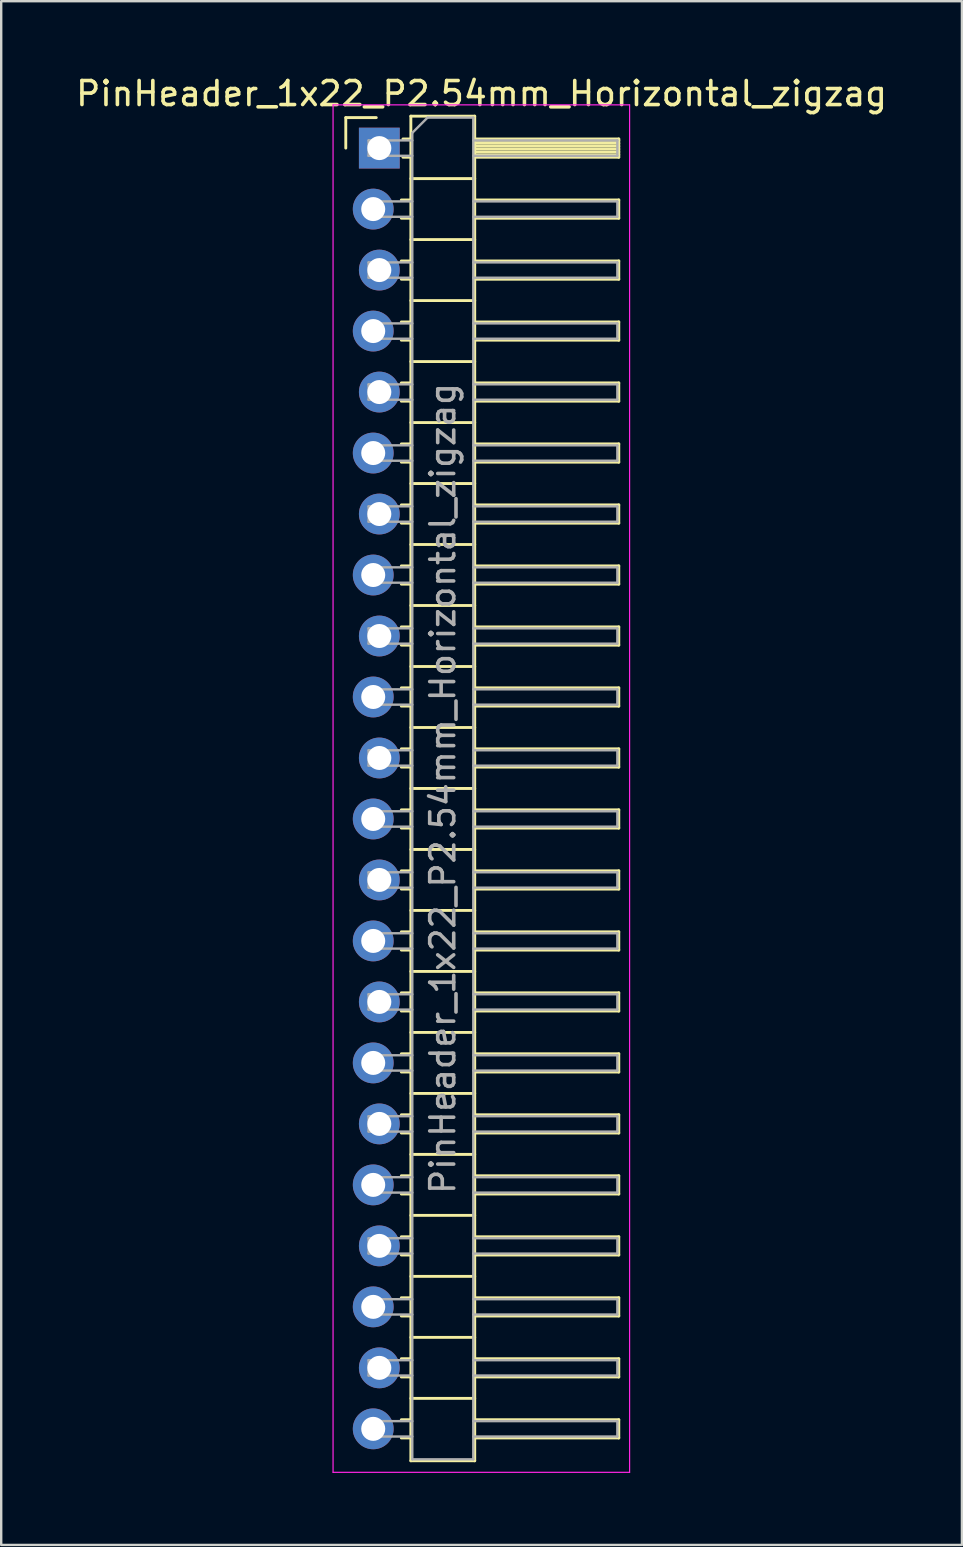
<source format=kicad_pcb>
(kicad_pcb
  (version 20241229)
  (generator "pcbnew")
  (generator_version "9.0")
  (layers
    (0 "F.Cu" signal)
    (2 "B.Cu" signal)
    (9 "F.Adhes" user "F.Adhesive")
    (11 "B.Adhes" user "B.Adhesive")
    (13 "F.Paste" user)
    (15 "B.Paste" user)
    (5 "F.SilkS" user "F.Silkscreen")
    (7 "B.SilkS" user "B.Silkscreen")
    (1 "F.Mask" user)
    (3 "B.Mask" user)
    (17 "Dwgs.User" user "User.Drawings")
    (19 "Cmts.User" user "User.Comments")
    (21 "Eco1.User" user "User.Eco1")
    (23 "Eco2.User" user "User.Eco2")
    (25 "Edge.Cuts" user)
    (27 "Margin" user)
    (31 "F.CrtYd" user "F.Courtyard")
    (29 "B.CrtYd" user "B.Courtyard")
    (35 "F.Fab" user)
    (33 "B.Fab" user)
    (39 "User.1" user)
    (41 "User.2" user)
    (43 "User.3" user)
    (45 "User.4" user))
  (footprint "PinHeader_1x22_P2.54mm_Horizontal_zigzag"
    (layer "F.Cu")
    (at 12.621 3.118)
    (property "Reference" "PinHeader_1x22_P2.54mm_Horizontal_zigzag" (at 4.385 -2.27 0) (layer "F.SilkS") (effects (font (size 1 1) (thickness 0.15))))
    (attr through_hole)
    (fp_line (start -1.27 -1.27) (end 0 -1.27) (stroke (width 0.12) (type solid)) (layer "F.SilkS"))
    (fp_line (start -1.27 0) (end -1.27 -1.27) (stroke (width 0.12) (type solid)) (layer "F.SilkS"))
    (fp_line (start 1.043 2.16) (end 1.44 2.16) (stroke (width 0.12) (type solid)) (layer "F.SilkS"))
    (fp_line (start 1.043 2.92) (end 1.44 2.92) (stroke (width 0.12) (type solid)) (layer "F.SilkS"))
    (fp_line (start 1.043 4.7) (end 1.44 4.7) (stroke (width 0.12) (type solid)) (layer "F.SilkS"))
    (fp_line (start 1.043 5.46) (end 1.44 5.46) (stroke (width 0.12) (type solid)) (layer "F.SilkS"))
    (fp_line (start 1.043 7.24) (end 1.44 7.24) (stroke (width 0.12) (type solid)) (layer "F.SilkS"))
    (fp_line (start 1.043 8) (end 1.44 8) (stroke (width 0.12) (type solid)) (layer "F.SilkS"))
    (fp_line (start 1.043 9.78) (end 1.44 9.78) (stroke (width 0.12) (type solid)) (layer "F.SilkS"))
    (fp_line (start 1.043 10.54) (end 1.44 10.54) (stroke (width 0.12) (type solid)) (layer "F.SilkS"))
    (fp_line (start 1.043 12.32) (end 1.44 12.32) (stroke (width 0.12) (type solid)) (layer "F.SilkS"))
    (fp_line (start 1.043 13.08) (end 1.44 13.08) (stroke (width 0.12) (type solid)) (layer "F.SilkS"))
    (fp_line (start 1.043 14.86) (end 1.44 14.86) (stroke (width 0.12) (type solid)) (layer "F.SilkS"))
    (fp_line (start 1.043 15.62) (end 1.44 15.62) (stroke (width 0.12) (type solid)) (layer "F.SilkS"))
    (fp_line (start 1.043 17.4) (end 1.44 17.4) (stroke (width 0.12) (type solid)) (layer "F.SilkS"))
    (fp_line (start 1.043 18.16) (end 1.44 18.16) (stroke (width 0.12) (type solid)) (layer "F.SilkS"))
    (fp_line (start 1.043 19.94) (end 1.44 19.94) (stroke (width 0.12) (type solid)) (layer "F.SilkS"))
    (fp_line (start 1.043 20.7) (end 1.44 20.7) (stroke (width 0.12) (type solid)) (layer "F.SilkS"))
    (fp_line (start 1.043 22.48) (end 1.44 22.48) (stroke (width 0.12) (type solid)) (layer "F.SilkS"))
    (fp_line (start 1.043 23.24) (end 1.44 23.24) (stroke (width 0.12) (type solid)) (layer "F.SilkS"))
    (fp_line (start 1.043 25.02) (end 1.44 25.02) (stroke (width 0.12) (type solid)) (layer "F.SilkS"))
    (fp_line (start 1.043 25.78) (end 1.44 25.78) (stroke (width 0.12) (type solid)) (layer "F.SilkS"))
    (fp_line (start 1.043 27.56) (end 1.44 27.56) (stroke (width 0.12) (type solid)) (layer "F.SilkS"))
    (fp_line (start 1.043 28.32) (end 1.44 28.32) (stroke (width 0.12) (type solid)) (layer "F.SilkS"))
    (fp_line (start 1.043 30.1) (end 1.44 30.1) (stroke (width 0.12) (type solid)) (layer "F.SilkS"))
    (fp_line (start 1.043 30.86) (end 1.44 30.86) (stroke (width 0.12) (type solid)) (layer "F.SilkS"))
    (fp_line (start 1.043 32.64) (end 1.44 32.64) (stroke (width 0.12) (type solid)) (layer "F.SilkS"))
    (fp_line (start 1.043 33.4) (end 1.44 33.4) (stroke (width 0.12) (type solid)) (layer "F.SilkS"))
    (fp_line (start 1.043 35.18) (end 1.44 35.18) (stroke (width 0.12) (type solid)) (layer "F.SilkS"))
    (fp_line (start 1.043 35.94) (end 1.44 35.94) (stroke (width 0.12) (type solid)) (layer "F.SilkS"))
    (fp_line (start 1.043 37.72) (end 1.44 37.72) (stroke (width 0.12) (type solid)) (layer "F.SilkS"))
    (fp_line (start 1.043 38.48) (end 1.44 38.48) (stroke (width 0.12) (type solid)) (layer "F.SilkS"))
    (fp_line (start 1.043 40.26) (end 1.44 40.26) (stroke (width 0.12) (type solid)) (layer "F.SilkS"))
    (fp_line (start 1.043 41.02) (end 1.44 41.02) (stroke (width 0.12) (type solid)) (layer "F.SilkS"))
    (fp_line (start 1.043 42.8) (end 1.44 42.8) (stroke (width 0.12) (type solid)) (layer "F.SilkS"))
    (fp_line (start 1.043 43.56) (end 1.44 43.56) (stroke (width 0.12) (type solid)) (layer "F.SilkS"))
    (fp_line (start 1.043 45.34) (end 1.44 45.34) (stroke (width 0.12) (type solid)) (layer "F.SilkS"))
    (fp_line (start 1.043 46.1) (end 1.44 46.1) (stroke (width 0.12) (type solid)) (layer "F.SilkS"))
    (fp_line (start 1.043 47.88) (end 1.44 47.88) (stroke (width 0.12) (type solid)) (layer "F.SilkS"))
    (fp_line (start 1.043 48.64) (end 1.44 48.64) (stroke (width 0.12) (type solid)) (layer "F.SilkS"))
    (fp_line (start 1.043 50.42) (end 1.44 50.42) (stroke (width 0.12) (type solid)) (layer "F.SilkS"))
    (fp_line (start 1.043 51.18) (end 1.44 51.18) (stroke (width 0.12) (type solid)) (layer "F.SilkS"))
    (fp_line (start 1.043 52.96) (end 1.44 52.96) (stroke (width 0.12) (type solid)) (layer "F.SilkS"))
    (fp_line (start 1.043 53.72) (end 1.44 53.72) (stroke (width 0.12) (type solid)) (layer "F.SilkS"))
    (fp_line (start 1.11 -0.38) (end 1.44 -0.38) (stroke (width 0.12) (type solid)) (layer "F.SilkS"))
    (fp_line (start 1.11 0.38) (end 1.44 0.38) (stroke (width 0.12) (type solid)) (layer "F.SilkS"))
    (fp_line (start 1.44 -1.33) (end 1.44 54.67) (stroke (width 0.12) (type solid)) (layer "F.SilkS"))
    (fp_line (start 1.44 1.27) (end 4.1 1.27) (stroke (width 0.12) (type solid)) (layer "F.SilkS"))
    (fp_line (start 1.44 3.81) (end 4.1 3.81) (stroke (width 0.12) (type solid)) (layer "F.SilkS"))
    (fp_line (start 1.44 6.35) (end 4.1 6.35) (stroke (width 0.12) (type solid)) (layer "F.SilkS"))
    (fp_line (start 1.44 8.89) (end 4.1 8.89) (stroke (width 0.12) (type solid)) (layer "F.SilkS"))
    (fp_line (start 1.44 11.43) (end 4.1 11.43) (stroke (width 0.12) (type solid)) (layer "F.SilkS"))
    (fp_line (start 1.44 13.97) (end 4.1 13.97) (stroke (width 0.12) (type solid)) (layer "F.SilkS"))
    (fp_line (start 1.44 16.51) (end 4.1 16.51) (stroke (width 0.12) (type solid)) (layer "F.SilkS"))
    (fp_line (start 1.44 19.05) (end 4.1 19.05) (stroke (width 0.12) (type solid)) (layer "F.SilkS"))
    (fp_line (start 1.44 21.59) (end 4.1 21.59) (stroke (width 0.12) (type solid)) (layer "F.SilkS"))
    (fp_line (start 1.44 24.13) (end 4.1 24.13) (stroke (width 0.12) (type solid)) (layer "F.SilkS"))
    (fp_line (start 1.44 26.67) (end 4.1 26.67) (stroke (width 0.12) (type solid)) (layer "F.SilkS"))
    (fp_line (start 1.44 29.21) (end 4.1 29.21) (stroke (width 0.12) (type solid)) (layer "F.SilkS"))
    (fp_line (start 1.44 31.75) (end 4.1 31.75) (stroke (width 0.12) (type solid)) (layer "F.SilkS"))
    (fp_line (start 1.44 34.29) (end 4.1 34.29) (stroke (width 0.12) (type solid)) (layer "F.SilkS"))
    (fp_line (start 1.44 36.83) (end 4.1 36.83) (stroke (width 0.12) (type solid)) (layer "F.SilkS"))
    (fp_line (start 1.44 39.37) (end 4.1 39.37) (stroke (width 0.12) (type solid)) (layer "F.SilkS"))
    (fp_line (start 1.44 41.91) (end 4.1 41.91) (stroke (width 0.12) (type solid)) (layer "F.SilkS"))
    (fp_line (start 1.44 44.45) (end 4.1 44.45) (stroke (width 0.12) (type solid)) (layer "F.SilkS"))
    (fp_line (start 1.44 46.99) (end 4.1 46.99) (stroke (width 0.12) (type solid)) (layer "F.SilkS"))
    (fp_line (start 1.44 49.53) (end 4.1 49.53) (stroke (width 0.12) (type solid)) (layer "F.SilkS"))
    (fp_line (start 1.44 52.07) (end 4.1 52.07) (stroke (width 0.12) (type solid)) (layer "F.SilkS"))
    (fp_line (start 1.44 54.67) (end 4.1 54.67) (stroke (width 0.12) (type solid)) (layer "F.SilkS"))
    (fp_line (start 4.1 -1.33) (end 1.44 -1.33) (stroke (width 0.12) (type solid)) (layer "F.SilkS"))
    (fp_line (start 4.1 -0.38) (end 10.1 -0.38) (stroke (width 0.12) (type solid)) (layer "F.SilkS"))
    (fp_line (start 4.1 -0.32) (end 10.1 -0.32) (stroke (width 0.12) (type solid)) (layer "F.SilkS"))
    (fp_line (start 4.1 -0.2) (end 10.1 -0.2) (stroke (width 0.12) (type solid)) (layer "F.SilkS"))
    (fp_line (start 4.1 -0.08) (end 10.1 -0.08) (stroke (width 0.12) (type solid)) (layer "F.SilkS"))
    (fp_line (start 4.1 0.04) (end 10.1 0.04) (stroke (width 0.12) (type solid)) (layer "F.SilkS"))
    (fp_line (start 4.1 0.16) (end 10.1 0.16) (stroke (width 0.12) (type solid)) (layer "F.SilkS"))
    (fp_line (start 4.1 0.28) (end 10.1 0.28) (stroke (width 0.12) (type solid)) (layer "F.SilkS"))
    (fp_line (start 4.1 2.16) (end 10.1 2.16) (stroke (width 0.12) (type solid)) (layer "F.SilkS"))
    (fp_line (start 4.1 4.7) (end 10.1 4.7) (stroke (width 0.12) (type solid)) (layer "F.SilkS"))
    (fp_line (start 4.1 7.24) (end 10.1 7.24) (stroke (width 0.12) (type solid)) (layer "F.SilkS"))
    (fp_line (start 4.1 9.78) (end 10.1 9.78) (stroke (width 0.12) (type solid)) (layer "F.SilkS"))
    (fp_line (start 4.1 12.32) (end 10.1 12.32) (stroke (width 0.12) (type solid)) (layer "F.SilkS"))
    (fp_line (start 4.1 14.86) (end 10.1 14.86) (stroke (width 0.12) (type solid)) (layer "F.SilkS"))
    (fp_line (start 4.1 17.4) (end 10.1 17.4) (stroke (width 0.12) (type solid)) (layer "F.SilkS"))
    (fp_line (start 4.1 19.94) (end 10.1 19.94) (stroke (width 0.12) (type solid)) (layer "F.SilkS"))
    (fp_line (start 4.1 22.48) (end 10.1 22.48) (stroke (width 0.12) (type solid)) (layer "F.SilkS"))
    (fp_line (start 4.1 25.02) (end 10.1 25.02) (stroke (width 0.12) (type solid)) (layer "F.SilkS"))
    (fp_line (start 4.1 27.56) (end 10.1 27.56) (stroke (width 0.12) (type solid)) (layer "F.SilkS"))
    (fp_line (start 4.1 30.1) (end 10.1 30.1) (stroke (width 0.12) (type solid)) (layer "F.SilkS"))
    (fp_line (start 4.1 32.64) (end 10.1 32.64) (stroke (width 0.12) (type solid)) (layer "F.SilkS"))
    (fp_line (start 4.1 35.18) (end 10.1 35.18) (stroke (width 0.12) (type solid)) (layer "F.SilkS"))
    (fp_line (start 4.1 37.72) (end 10.1 37.72) (stroke (width 0.12) (type solid)) (layer "F.SilkS"))
    (fp_line (start 4.1 40.26) (end 10.1 40.26) (stroke (width 0.12) (type solid)) (layer "F.SilkS"))
    (fp_line (start 4.1 42.8) (end 10.1 42.8) (stroke (width 0.12) (type solid)) (layer "F.SilkS"))
    (fp_line (start 4.1 45.34) (end 10.1 45.34) (stroke (width 0.12) (type solid)) (layer "F.SilkS"))
    (fp_line (start 4.1 47.88) (end 10.1 47.88) (stroke (width 0.12) (type solid)) (layer "F.SilkS"))
    (fp_line (start 4.1 50.42) (end 10.1 50.42) (stroke (width 0.12) (type solid)) (layer "F.SilkS"))
    (fp_line (start 4.1 52.96) (end 10.1 52.96) (stroke (width 0.12) (type solid)) (layer "F.SilkS"))
    (fp_line (start 4.1 54.67) (end 4.1 -1.33) (stroke (width 0.12) (type solid)) (layer "F.SilkS"))
    (fp_line (start 10.1 -0.38) (end 10.1 0.38) (stroke (width 0.12) (type solid)) (layer "F.SilkS"))
    (fp_line (start 10.1 0.38) (end 4.1 0.38) (stroke (width 0.12) (type solid)) (layer "F.SilkS"))
    (fp_line (start 10.1 2.16) (end 10.1 2.92) (stroke (width 0.12) (type solid)) (layer "F.SilkS"))
    (fp_line (start 10.1 2.92) (end 4.1 2.92) (stroke (width 0.12) (type solid)) (layer "F.SilkS"))
    (fp_line (start 10.1 4.7) (end 10.1 5.46) (stroke (width 0.12) (type solid)) (layer "F.SilkS"))
    (fp_line (start 10.1 5.46) (end 4.1 5.46) (stroke (width 0.12) (type solid)) (layer "F.SilkS"))
    (fp_line (start 10.1 7.24) (end 10.1 8) (stroke (width 0.12) (type solid)) (layer "F.SilkS"))
    (fp_line (start 10.1 8) (end 4.1 8) (stroke (width 0.12) (type solid)) (layer "F.SilkS"))
    (fp_line (start 10.1 9.78) (end 10.1 10.54) (stroke (width 0.12) (type solid)) (layer "F.SilkS"))
    (fp_line (start 10.1 10.54) (end 4.1 10.54) (stroke (width 0.12) (type solid)) (layer "F.SilkS"))
    (fp_line (start 10.1 12.32) (end 10.1 13.08) (stroke (width 0.12) (type solid)) (layer "F.SilkS"))
    (fp_line (start 10.1 13.08) (end 4.1 13.08) (stroke (width 0.12) (type solid)) (layer "F.SilkS"))
    (fp_line (start 10.1 14.86) (end 10.1 15.62) (stroke (width 0.12) (type solid)) (layer "F.SilkS"))
    (fp_line (start 10.1 15.62) (end 4.1 15.62) (stroke (width 0.12) (type solid)) (layer "F.SilkS"))
    (fp_line (start 10.1 17.4) (end 10.1 18.16) (stroke (width 0.12) (type solid)) (layer "F.SilkS"))
    (fp_line (start 10.1 18.16) (end 4.1 18.16) (stroke (width 0.12) (type solid)) (layer "F.SilkS"))
    (fp_line (start 10.1 19.94) (end 10.1 20.7) (stroke (width 0.12) (type solid)) (layer "F.SilkS"))
    (fp_line (start 10.1 20.7) (end 4.1 20.7) (stroke (width 0.12) (type solid)) (layer "F.SilkS"))
    (fp_line (start 10.1 22.48) (end 10.1 23.24) (stroke (width 0.12) (type solid)) (layer "F.SilkS"))
    (fp_line (start 10.1 23.24) (end 4.1 23.24) (stroke (width 0.12) (type solid)) (layer "F.SilkS"))
    (fp_line (start 10.1 25.02) (end 10.1 25.78) (stroke (width 0.12) (type solid)) (layer "F.SilkS"))
    (fp_line (start 10.1 25.78) (end 4.1 25.78) (stroke (width 0.12) (type solid)) (layer "F.SilkS"))
    (fp_line (start 10.1 27.56) (end 10.1 28.32) (stroke (width 0.12) (type solid)) (layer "F.SilkS"))
    (fp_line (start 10.1 28.32) (end 4.1 28.32) (stroke (width 0.12) (type solid)) (layer "F.SilkS"))
    (fp_line (start 10.1 30.1) (end 10.1 30.86) (stroke (width 0.12) (type solid)) (layer "F.SilkS"))
    (fp_line (start 10.1 30.86) (end 4.1 30.86) (stroke (width 0.12) (type solid)) (layer "F.SilkS"))
    (fp_line (start 10.1 32.64) (end 10.1 33.4) (stroke (width 0.12) (type solid)) (layer "F.SilkS"))
    (fp_line (start 10.1 33.4) (end 4.1 33.4) (stroke (width 0.12) (type solid)) (layer "F.SilkS"))
    (fp_line (start 10.1 35.18) (end 10.1 35.94) (stroke (width 0.12) (type solid)) (layer "F.SilkS"))
    (fp_line (start 10.1 35.94) (end 4.1 35.94) (stroke (width 0.12) (type solid)) (layer "F.SilkS"))
    (fp_line (start 10.1 37.72) (end 10.1 38.48) (stroke (width 0.12) (type solid)) (layer "F.SilkS"))
    (fp_line (start 10.1 38.48) (end 4.1 38.48) (stroke (width 0.12) (type solid)) (layer "F.SilkS"))
    (fp_line (start 10.1 40.26) (end 10.1 41.02) (stroke (width 0.12) (type solid)) (layer "F.SilkS"))
    (fp_line (start 10.1 41.02) (end 4.1 41.02) (stroke (width 0.12) (type solid)) (layer "F.SilkS"))
    (fp_line (start 10.1 42.8) (end 10.1 43.56) (stroke (width 0.12) (type solid)) (layer "F.SilkS"))
    (fp_line (start 10.1 43.56) (end 4.1 43.56) (stroke (width 0.12) (type solid)) (layer "F.SilkS"))
    (fp_line (start 10.1 45.34) (end 10.1 46.1) (stroke (width 0.12) (type solid)) (layer "F.SilkS"))
    (fp_line (start 10.1 46.1) (end 4.1 46.1) (stroke (width 0.12) (type solid)) (layer "F.SilkS"))
    (fp_line (start 10.1 47.88) (end 10.1 48.64) (stroke (width 0.12) (type solid)) (layer "F.SilkS"))
    (fp_line (start 10.1 48.64) (end 4.1 48.64) (stroke (width 0.12) (type solid)) (layer "F.SilkS"))
    (fp_line (start 10.1 50.42) (end 10.1 51.18) (stroke (width 0.12) (type solid)) (layer "F.SilkS"))
    (fp_line (start 10.1 51.18) (end 4.1 51.18) (stroke (width 0.12) (type solid)) (layer "F.SilkS"))
    (fp_line (start 10.1 52.96) (end 10.1 53.72) (stroke (width 0.12) (type solid)) (layer "F.SilkS"))
    (fp_line (start 10.1 53.72) (end 4.1 53.72) (stroke (width 0.12) (type solid)) (layer "F.SilkS"))
    (fp_line (start -1.8 -1.8) (end -1.8 55.15) (stroke (width 0.05) (type solid)) (layer "F.CrtYd"))
    (fp_line (start -1.8 55.15) (end 10.55 55.15) (stroke (width 0.05) (type solid)) (layer "F.CrtYd"))
    (fp_line (start 10.55 -1.8) (end -1.8 -1.8) (stroke (width 0.05) (type solid)) (layer "F.CrtYd"))
    (fp_line (start 10.55 55.15) (end 10.55 -1.8) (stroke (width 0.05) (type solid)) (layer "F.CrtYd"))
    (fp_line (start -0.32 -0.32) (end -0.32 0.32) (stroke (width 0.1) (type solid)) (layer "F.Fab"))
    (fp_line (start -0.32 -0.32) (end 1.5 -0.32) (stroke (width 0.1) (type solid)) (layer "F.Fab"))
    (fp_line (start -0.32 0.32) (end 1.5 0.32) (stroke (width 0.1) (type solid)) (layer "F.Fab"))
    (fp_line (start -0.32 2.22) (end -0.32 2.86) (stroke (width 0.1) (type solid)) (layer "F.Fab"))
    (fp_line (start -0.32 2.22) (end 1.5 2.22) (stroke (width 0.1) (type solid)) (layer "F.Fab"))
    (fp_line (start -0.32 2.86) (end 1.5 2.86) (stroke (width 0.1) (type solid)) (layer "F.Fab"))
    (fp_line (start -0.32 4.76) (end -0.32 5.4) (stroke (width 0.1) (type solid)) (layer "F.Fab"))
    (fp_line (start -0.32 4.76) (end 1.5 4.76) (stroke (width 0.1) (type solid)) (layer "F.Fab"))
    (fp_line (start -0.32 5.4) (end 1.5 5.4) (stroke (width 0.1) (type solid)) (layer "F.Fab"))
    (fp_line (start -0.32 7.3) (end -0.32 7.94) (stroke (width 0.1) (type solid)) (layer "F.Fab"))
    (fp_line (start -0.32 7.3) (end 1.5 7.3) (stroke (width 0.1) (type solid)) (layer "F.Fab"))
    (fp_line (start -0.32 7.94) (end 1.5 7.94) (stroke (width 0.1) (type solid)) (layer "F.Fab"))
    (fp_line (start -0.32 9.84) (end -0.32 10.48) (stroke (width 0.1) (type solid)) (layer "F.Fab"))
    (fp_line (start -0.32 9.84) (end 1.5 9.84) (stroke (width 0.1) (type solid)) (layer "F.Fab"))
    (fp_line (start -0.32 10.48) (end 1.5 10.48) (stroke (width 0.1) (type solid)) (layer "F.Fab"))
    (fp_line (start -0.32 12.38) (end -0.32 13.02) (stroke (width 0.1) (type solid)) (layer "F.Fab"))
    (fp_line (start -0.32 12.38) (end 1.5 12.38) (stroke (width 0.1) (type solid)) (layer "F.Fab"))
    (fp_line (start -0.32 13.02) (end 1.5 13.02) (stroke (width 0.1) (type solid)) (layer "F.Fab"))
    (fp_line (start -0.32 14.92) (end -0.32 15.56) (stroke (width 0.1) (type solid)) (layer "F.Fab"))
    (fp_line (start -0.32 14.92) (end 1.5 14.92) (stroke (width 0.1) (type solid)) (layer "F.Fab"))
    (fp_line (start -0.32 15.56) (end 1.5 15.56) (stroke (width 0.1) (type solid)) (layer "F.Fab"))
    (fp_line (start -0.32 17.46) (end -0.32 18.1) (stroke (width 0.1) (type solid)) (layer "F.Fab"))
    (fp_line (start -0.32 17.46) (end 1.5 17.46) (stroke (width 0.1) (type solid)) (layer "F.Fab"))
    (fp_line (start -0.32 18.1) (end 1.5 18.1) (stroke (width 0.1) (type solid)) (layer "F.Fab"))
    (fp_line (start -0.32 20) (end -0.32 20.64) (stroke (width 0.1) (type solid)) (layer "F.Fab"))
    (fp_line (start -0.32 20) (end 1.5 20) (stroke (width 0.1) (type solid)) (layer "F.Fab"))
    (fp_line (start -0.32 20.64) (end 1.5 20.64) (stroke (width 0.1) (type solid)) (layer "F.Fab"))
    (fp_line (start -0.32 22.54) (end -0.32 23.18) (stroke (width 0.1) (type solid)) (layer "F.Fab"))
    (fp_line (start -0.32 22.54) (end 1.5 22.54) (stroke (width 0.1) (type solid)) (layer "F.Fab"))
    (fp_line (start -0.32 23.18) (end 1.5 23.18) (stroke (width 0.1) (type solid)) (layer "F.Fab"))
    (fp_line (start -0.32 25.08) (end -0.32 25.72) (stroke (width 0.1) (type solid)) (layer "F.Fab"))
    (fp_line (start -0.32 25.08) (end 1.5 25.08) (stroke (width 0.1) (type solid)) (layer "F.Fab"))
    (fp_line (start -0.32 25.72) (end 1.5 25.72) (stroke (width 0.1) (type solid)) (layer "F.Fab"))
    (fp_line (start -0.32 27.62) (end -0.32 28.26) (stroke (width 0.1) (type solid)) (layer "F.Fab"))
    (fp_line (start -0.32 27.62) (end 1.5 27.62) (stroke (width 0.1) (type solid)) (layer "F.Fab"))
    (fp_line (start -0.32 28.26) (end 1.5 28.26) (stroke (width 0.1) (type solid)) (layer "F.Fab"))
    (fp_line (start -0.32 30.16) (end -0.32 30.8) (stroke (width 0.1) (type solid)) (layer "F.Fab"))
    (fp_line (start -0.32 30.16) (end 1.5 30.16) (stroke (width 0.1) (type solid)) (layer "F.Fab"))
    (fp_line (start -0.32 30.8) (end 1.5 30.8) (stroke (width 0.1) (type solid)) (layer "F.Fab"))
    (fp_line (start -0.32 32.7) (end -0.32 33.34) (stroke (width 0.1) (type solid)) (layer "F.Fab"))
    (fp_line (start -0.32 32.7) (end 1.5 32.7) (stroke (width 0.1) (type solid)) (layer "F.Fab"))
    (fp_line (start -0.32 33.34) (end 1.5 33.34) (stroke (width 0.1) (type solid)) (layer "F.Fab"))
    (fp_line (start -0.32 35.24) (end -0.32 35.88) (stroke (width 0.1) (type solid)) (layer "F.Fab"))
    (fp_line (start -0.32 35.24) (end 1.5 35.24) (stroke (width 0.1) (type solid)) (layer "F.Fab"))
    (fp_line (start -0.32 35.88) (end 1.5 35.88) (stroke (width 0.1) (type solid)) (layer "F.Fab"))
    (fp_line (start -0.32 37.78) (end -0.32 38.42) (stroke (width 0.1) (type solid)) (layer "F.Fab"))
    (fp_line (start -0.32 37.78) (end 1.5 37.78) (stroke (width 0.1) (type solid)) (layer "F.Fab"))
    (fp_line (start -0.32 38.42) (end 1.5 38.42) (stroke (width 0.1) (type solid)) (layer "F.Fab"))
    (fp_line (start -0.32 40.32) (end -0.32 40.96) (stroke (width 0.1) (type solid)) (layer "F.Fab"))
    (fp_line (start -0.32 40.32) (end 1.5 40.32) (stroke (width 0.1) (type solid)) (layer "F.Fab"))
    (fp_line (start -0.32 40.96) (end 1.5 40.96) (stroke (width 0.1) (type solid)) (layer "F.Fab"))
    (fp_line (start -0.32 42.86) (end -0.32 43.5) (stroke (width 0.1) (type solid)) (layer "F.Fab"))
    (fp_line (start -0.32 42.86) (end 1.5 42.86) (stroke (width 0.1) (type solid)) (layer "F.Fab"))
    (fp_line (start -0.32 43.5) (end 1.5 43.5) (stroke (width 0.1) (type solid)) (layer "F.Fab"))
    (fp_line (start -0.32 45.4) (end -0.32 46.04) (stroke (width 0.1) (type solid)) (layer "F.Fab"))
    (fp_line (start -0.32 45.4) (end 1.5 45.4) (stroke (width 0.1) (type solid)) (layer "F.Fab"))
    (fp_line (start -0.32 46.04) (end 1.5 46.04) (stroke (width 0.1) (type solid)) (layer "F.Fab"))
    (fp_line (start -0.32 47.94) (end -0.32 48.58) (stroke (width 0.1) (type solid)) (layer "F.Fab"))
    (fp_line (start -0.32 47.94) (end 1.5 47.94) (stroke (width 0.1) (type solid)) (layer "F.Fab"))
    (fp_line (start -0.32 48.58) (end 1.5 48.58) (stroke (width 0.1) (type solid)) (layer "F.Fab"))
    (fp_line (start -0.32 50.48) (end -0.32 51.12) (stroke (width 0.1) (type solid)) (layer "F.Fab"))
    (fp_line (start -0.32 50.48) (end 1.5 50.48) (stroke (width 0.1) (type solid)) (layer "F.Fab"))
    (fp_line (start -0.32 51.12) (end 1.5 51.12) (stroke (width 0.1) (type solid)) (layer "F.Fab"))
    (fp_line (start -0.32 53.02) (end -0.32 53.66) (stroke (width 0.1) (type solid)) (layer "F.Fab"))
    (fp_line (start -0.32 53.02) (end 1.5 53.02) (stroke (width 0.1) (type solid)) (layer "F.Fab"))
    (fp_line (start -0.32 53.66) (end 1.5 53.66) (stroke (width 0.1) (type solid)) (layer "F.Fab"))
    (fp_line (start 1.5 -0.635) (end 2.135 -1.27) (stroke (width 0.1) (type solid)) (layer "F.Fab"))
    (fp_line (start 1.5 54.61) (end 1.5 -0.635) (stroke (width 0.1) (type solid)) (layer "F.Fab"))
    (fp_line (start 2.135 -1.27) (end 4.04 -1.27) (stroke (width 0.1) (type solid)) (layer "F.Fab"))
    (fp_line (start 4.04 -1.27) (end 4.04 54.61) (stroke (width 0.1) (type solid)) (layer "F.Fab"))
    (fp_line (start 4.04 -0.32) (end 10.04 -0.32) (stroke (width 0.1) (type solid)) (layer "F.Fab"))
    (fp_line (start 4.04 0.32) (end 10.04 0.32) (stroke (width 0.1) (type solid)) (layer "F.Fab"))
    (fp_line (start 4.04 2.22) (end 10.04 2.22) (stroke (width 0.1) (type solid)) (layer "F.Fab"))
    (fp_line (start 4.04 2.86) (end 10.04 2.86) (stroke (width 0.1) (type solid)) (layer "F.Fab"))
    (fp_line (start 4.04 4.76) (end 10.04 4.76) (stroke (width 0.1) (type solid)) (layer "F.Fab"))
    (fp_line (start 4.04 5.4) (end 10.04 5.4) (stroke (width 0.1) (type solid)) (layer "F.Fab"))
    (fp_line (start 4.04 7.3) (end 10.04 7.3) (stroke (width 0.1) (type solid)) (layer "F.Fab"))
    (fp_line (start 4.04 7.94) (end 10.04 7.94) (stroke (width 0.1) (type solid)) (layer "F.Fab"))
    (fp_line (start 4.04 9.84) (end 10.04 9.84) (stroke (width 0.1) (type solid)) (layer "F.Fab"))
    (fp_line (start 4.04 10.48) (end 10.04 10.48) (stroke (width 0.1) (type solid)) (layer "F.Fab"))
    (fp_line (start 4.04 12.38) (end 10.04 12.38) (stroke (width 0.1) (type solid)) (layer "F.Fab"))
    (fp_line (start 4.04 13.02) (end 10.04 13.02) (stroke (width 0.1) (type solid)) (layer "F.Fab"))
    (fp_line (start 4.04 14.92) (end 10.04 14.92) (stroke (width 0.1) (type solid)) (layer "F.Fab"))
    (fp_line (start 4.04 15.56) (end 10.04 15.56) (stroke (width 0.1) (type solid)) (layer "F.Fab"))
    (fp_line (start 4.04 17.46) (end 10.04 17.46) (stroke (width 0.1) (type solid)) (layer "F.Fab"))
    (fp_line (start 4.04 18.1) (end 10.04 18.1) (stroke (width 0.1) (type solid)) (layer "F.Fab"))
    (fp_line (start 4.04 20) (end 10.04 20) (stroke (width 0.1) (type solid)) (layer "F.Fab"))
    (fp_line (start 4.04 20.64) (end 10.04 20.64) (stroke (width 0.1) (type solid)) (layer "F.Fab"))
    (fp_line (start 4.04 22.54) (end 10.04 22.54) (stroke (width 0.1) (type solid)) (layer "F.Fab"))
    (fp_line (start 4.04 23.18) (end 10.04 23.18) (stroke (width 0.1) (type solid)) (layer "F.Fab"))
    (fp_line (start 4.04 25.08) (end 10.04 25.08) (stroke (width 0.1) (type solid)) (layer "F.Fab"))
    (fp_line (start 4.04 25.72) (end 10.04 25.72) (stroke (width 0.1) (type solid)) (layer "F.Fab"))
    (fp_line (start 4.04 27.62) (end 10.04 27.62) (stroke (width 0.1) (type solid)) (layer "F.Fab"))
    (fp_line (start 4.04 28.26) (end 10.04 28.26) (stroke (width 0.1) (type solid)) (layer "F.Fab"))
    (fp_line (start 4.04 30.16) (end 10.04 30.16) (stroke (width 0.1) (type solid)) (layer "F.Fab"))
    (fp_line (start 4.04 30.8) (end 10.04 30.8) (stroke (width 0.1) (type solid)) (layer "F.Fab"))
    (fp_line (start 4.04 32.7) (end 10.04 32.7) (stroke (width 0.1) (type solid)) (layer "F.Fab"))
    (fp_line (start 4.04 33.34) (end 10.04 33.34) (stroke (width 0.1) (type solid)) (layer "F.Fab"))
    (fp_line (start 4.04 35.24) (end 10.04 35.24) (stroke (width 0.1) (type solid)) (layer "F.Fab"))
    (fp_line (start 4.04 35.88) (end 10.04 35.88) (stroke (width 0.1) (type solid)) (layer "F.Fab"))
    (fp_line (start 4.04 37.78) (end 10.04 37.78) (stroke (width 0.1) (type solid)) (layer "F.Fab"))
    (fp_line (start 4.04 38.42) (end 10.04 38.42) (stroke (width 0.1) (type solid)) (layer "F.Fab"))
    (fp_line (start 4.04 40.32) (end 10.04 40.32) (stroke (width 0.1) (type solid)) (layer "F.Fab"))
    (fp_line (start 4.04 40.96) (end 10.04 40.96) (stroke (width 0.1) (type solid)) (layer "F.Fab"))
    (fp_line (start 4.04 42.86) (end 10.04 42.86) (stroke (width 0.1) (type solid)) (layer "F.Fab"))
    (fp_line (start 4.04 43.5) (end 10.04 43.5) (stroke (width 0.1) (type solid)) (layer "F.Fab"))
    (fp_line (start 4.04 45.4) (end 10.04 45.4) (stroke (width 0.1) (type solid)) (layer "F.Fab"))
    (fp_line (start 4.04 46.04) (end 10.04 46.04) (stroke (width 0.1) (type solid)) (layer "F.Fab"))
    (fp_line (start 4.04 47.94) (end 10.04 47.94) (stroke (width 0.1) (type solid)) (layer "F.Fab"))
    (fp_line (start 4.04 48.58) (end 10.04 48.58) (stroke (width 0.1) (type solid)) (layer "F.Fab"))
    (fp_line (start 4.04 50.48) (end 10.04 50.48) (stroke (width 0.1) (type solid)) (layer "F.Fab"))
    (fp_line (start 4.04 51.12) (end 10.04 51.12) (stroke (width 0.1) (type solid)) (layer "F.Fab"))
    (fp_line (start 4.04 53.02) (end 10.04 53.02) (stroke (width 0.1) (type solid)) (layer "F.Fab"))
    (fp_line (start 4.04 53.66) (end 10.04 53.66) (stroke (width 0.1) (type solid)) (layer "F.Fab"))
    (fp_line (start 4.04 54.61) (end 1.5 54.61) (stroke (width 0.1) (type solid)) (layer "F.Fab"))
    (fp_line (start 10.04 -0.32) (end 10.04 0.32) (stroke (width 0.1) (type solid)) (layer "F.Fab"))
    (fp_line (start 10.04 2.22) (end 10.04 2.86) (stroke (width 0.1) (type solid)) (layer "F.Fab"))
    (fp_line (start 10.04 4.76) (end 10.04 5.4) (stroke (width 0.1) (type solid)) (layer "F.Fab"))
    (fp_line (start 10.04 7.3) (end 10.04 7.94) (stroke (width 0.1) (type solid)) (layer "F.Fab"))
    (fp_line (start 10.04 9.84) (end 10.04 10.48) (stroke (width 0.1) (type solid)) (layer "F.Fab"))
    (fp_line (start 10.04 12.38) (end 10.04 13.02) (stroke (width 0.1) (type solid)) (layer "F.Fab"))
    (fp_line (start 10.04 14.92) (end 10.04 15.56) (stroke (width 0.1) (type solid)) (layer "F.Fab"))
    (fp_line (start 10.04 17.46) (end 10.04 18.1) (stroke (width 0.1) (type solid)) (layer "F.Fab"))
    (fp_line (start 10.04 20) (end 10.04 20.64) (stroke (width 0.1) (type solid)) (layer "F.Fab"))
    (fp_line (start 10.04 22.54) (end 10.04 23.18) (stroke (width 0.1) (type solid)) (layer "F.Fab"))
    (fp_line (start 10.04 25.08) (end 10.04 25.72) (stroke (width 0.1) (type solid)) (layer "F.Fab"))
    (fp_line (start 10.04 27.62) (end 10.04 28.26) (stroke (width 0.1) (type solid)) (layer "F.Fab"))
    (fp_line (start 10.04 30.16) (end 10.04 30.8) (stroke (width 0.1) (type solid)) (layer "F.Fab"))
    (fp_line (start 10.04 32.7) (end 10.04 33.34) (stroke (width 0.1) (type solid)) (layer "F.Fab"))
    (fp_line (start 10.04 35.24) (end 10.04 35.88) (stroke (width 0.1) (type solid)) (layer "F.Fab"))
    (fp_line (start 10.04 37.78) (end 10.04 38.42) (stroke (width 0.1) (type solid)) (layer "F.Fab"))
    (fp_line (start 10.04 40.32) (end 10.04 40.96) (stroke (width 0.1) (type solid)) (layer "F.Fab"))
    (fp_line (start 10.04 42.86) (end 10.04 43.5) (stroke (width 0.1) (type solid)) (layer "F.Fab"))
    (fp_line (start 10.04 45.4) (end 10.04 46.04) (stroke (width 0.1) (type solid)) (layer "F.Fab"))
    (fp_line (start 10.04 47.94) (end 10.04 48.58) (stroke (width 0.1) (type solid)) (layer "F.Fab"))
    (fp_line (start 10.04 50.48) (end 10.04 51.12) (stroke (width 0.1) (type solid)) (layer "F.Fab"))
    (fp_line (start 10.04 53.02) (end 10.04 53.66) (stroke (width 0.1) (type solid)) (layer "F.Fab"))
    (fp_text user "${REFERENCE}" (at 2.77 26.67 90) (layer "F.Fab") (effects (font (size 1 1) (thickness 0.15))))
    (pad "1" thru_hole rect (at 0.127 0) (size 1.7 1.7) (drill 1) (layers "*.Cu" "*.Mask"))
    (pad "2" thru_hole oval (at -0.127 2.54) (size 1.7 1.7) (drill 1) (layers "*.Cu" "*.Mask"))
    (pad "3" thru_hole oval (at 0.127 5.08) (size 1.7 1.7) (drill 1) (layers "*.Cu" "*.Mask"))
    (pad "4" thru_hole oval (at -0.127 7.62) (size 1.7 1.7) (drill 1) (layers "*.Cu" "*.Mask"))
    (pad "5" thru_hole oval (at 0.127 10.16) (size 1.7 1.7) (drill 1) (layers "*.Cu" "*.Mask"))
    (pad "6" thru_hole oval (at -0.127 12.7) (size 1.7 1.7) (drill 1) (layers "*.Cu" "*.Mask"))
    (pad "7" thru_hole oval (at 0.127 15.24) (size 1.7 1.7) (drill 1) (layers "*.Cu" "*.Mask"))
    (pad "8" thru_hole oval (at -0.127 17.78) (size 1.7 1.7) (drill 1) (layers "*.Cu" "*.Mask"))
    (pad "9" thru_hole oval (at 0.127 20.32) (size 1.7 1.7) (drill 1) (layers "*.Cu" "*.Mask"))
    (pad "10" thru_hole oval (at -0.127 22.86) (size 1.7 1.7) (drill 1) (layers "*.Cu" "*.Mask"))
    (pad "11" thru_hole oval (at 0.127 25.4) (size 1.7 1.7) (drill 1) (layers "*.Cu" "*.Mask"))
    (pad "12" thru_hole oval (at -0.127 27.94) (size 1.7 1.7) (drill 1) (layers "*.Cu" "*.Mask"))
    (pad "13" thru_hole oval (at 0.127 30.48) (size 1.7 1.7) (drill 1) (layers "*.Cu" "*.Mask"))
    (pad "14" thru_hole oval (at -0.127 33.02) (size 1.7 1.7) (drill 1) (layers "*.Cu" "*.Mask"))
    (pad "15" thru_hole oval (at 0.127 35.56) (size 1.7 1.7) (drill 1) (layers "*.Cu" "*.Mask"))
    (pad "16" thru_hole oval (at -0.127 38.1) (size 1.7 1.7) (drill 1) (layers "*.Cu" "*.Mask"))
    (pad "17" thru_hole oval (at 0.127 40.64) (size 1.7 1.7) (drill 1) (layers "*.Cu" "*.Mask"))
    (pad "18" thru_hole oval (at -0.127 43.18) (size 1.7 1.7) (drill 1) (layers "*.Cu" "*.Mask"))
    (pad "19" thru_hole oval (at 0.127 45.72) (size 1.7 1.7) (drill 1) (layers "*.Cu" "*.Mask"))
    (pad "20" thru_hole oval (at -0.127 48.26) (size 1.7 1.7) (drill 1) (layers "*.Cu" "*.Mask"))
    (pad "21" thru_hole oval (at 0.127 50.8) (size 1.7 1.7) (drill 1) (layers "*.Cu" "*.Mask"))
    (pad "22" thru_hole oval (at -0.127 53.34) (size 1.7 1.7) (drill 1) (layers "*.Cu" "*.Mask")))
  (gr_rect
    (start -3 -3)
    (end 37.012 61.293)
    (stroke (width 0.1) (type default))
    (fill no)
    (layer "Edge.Cuts")))
</source>
